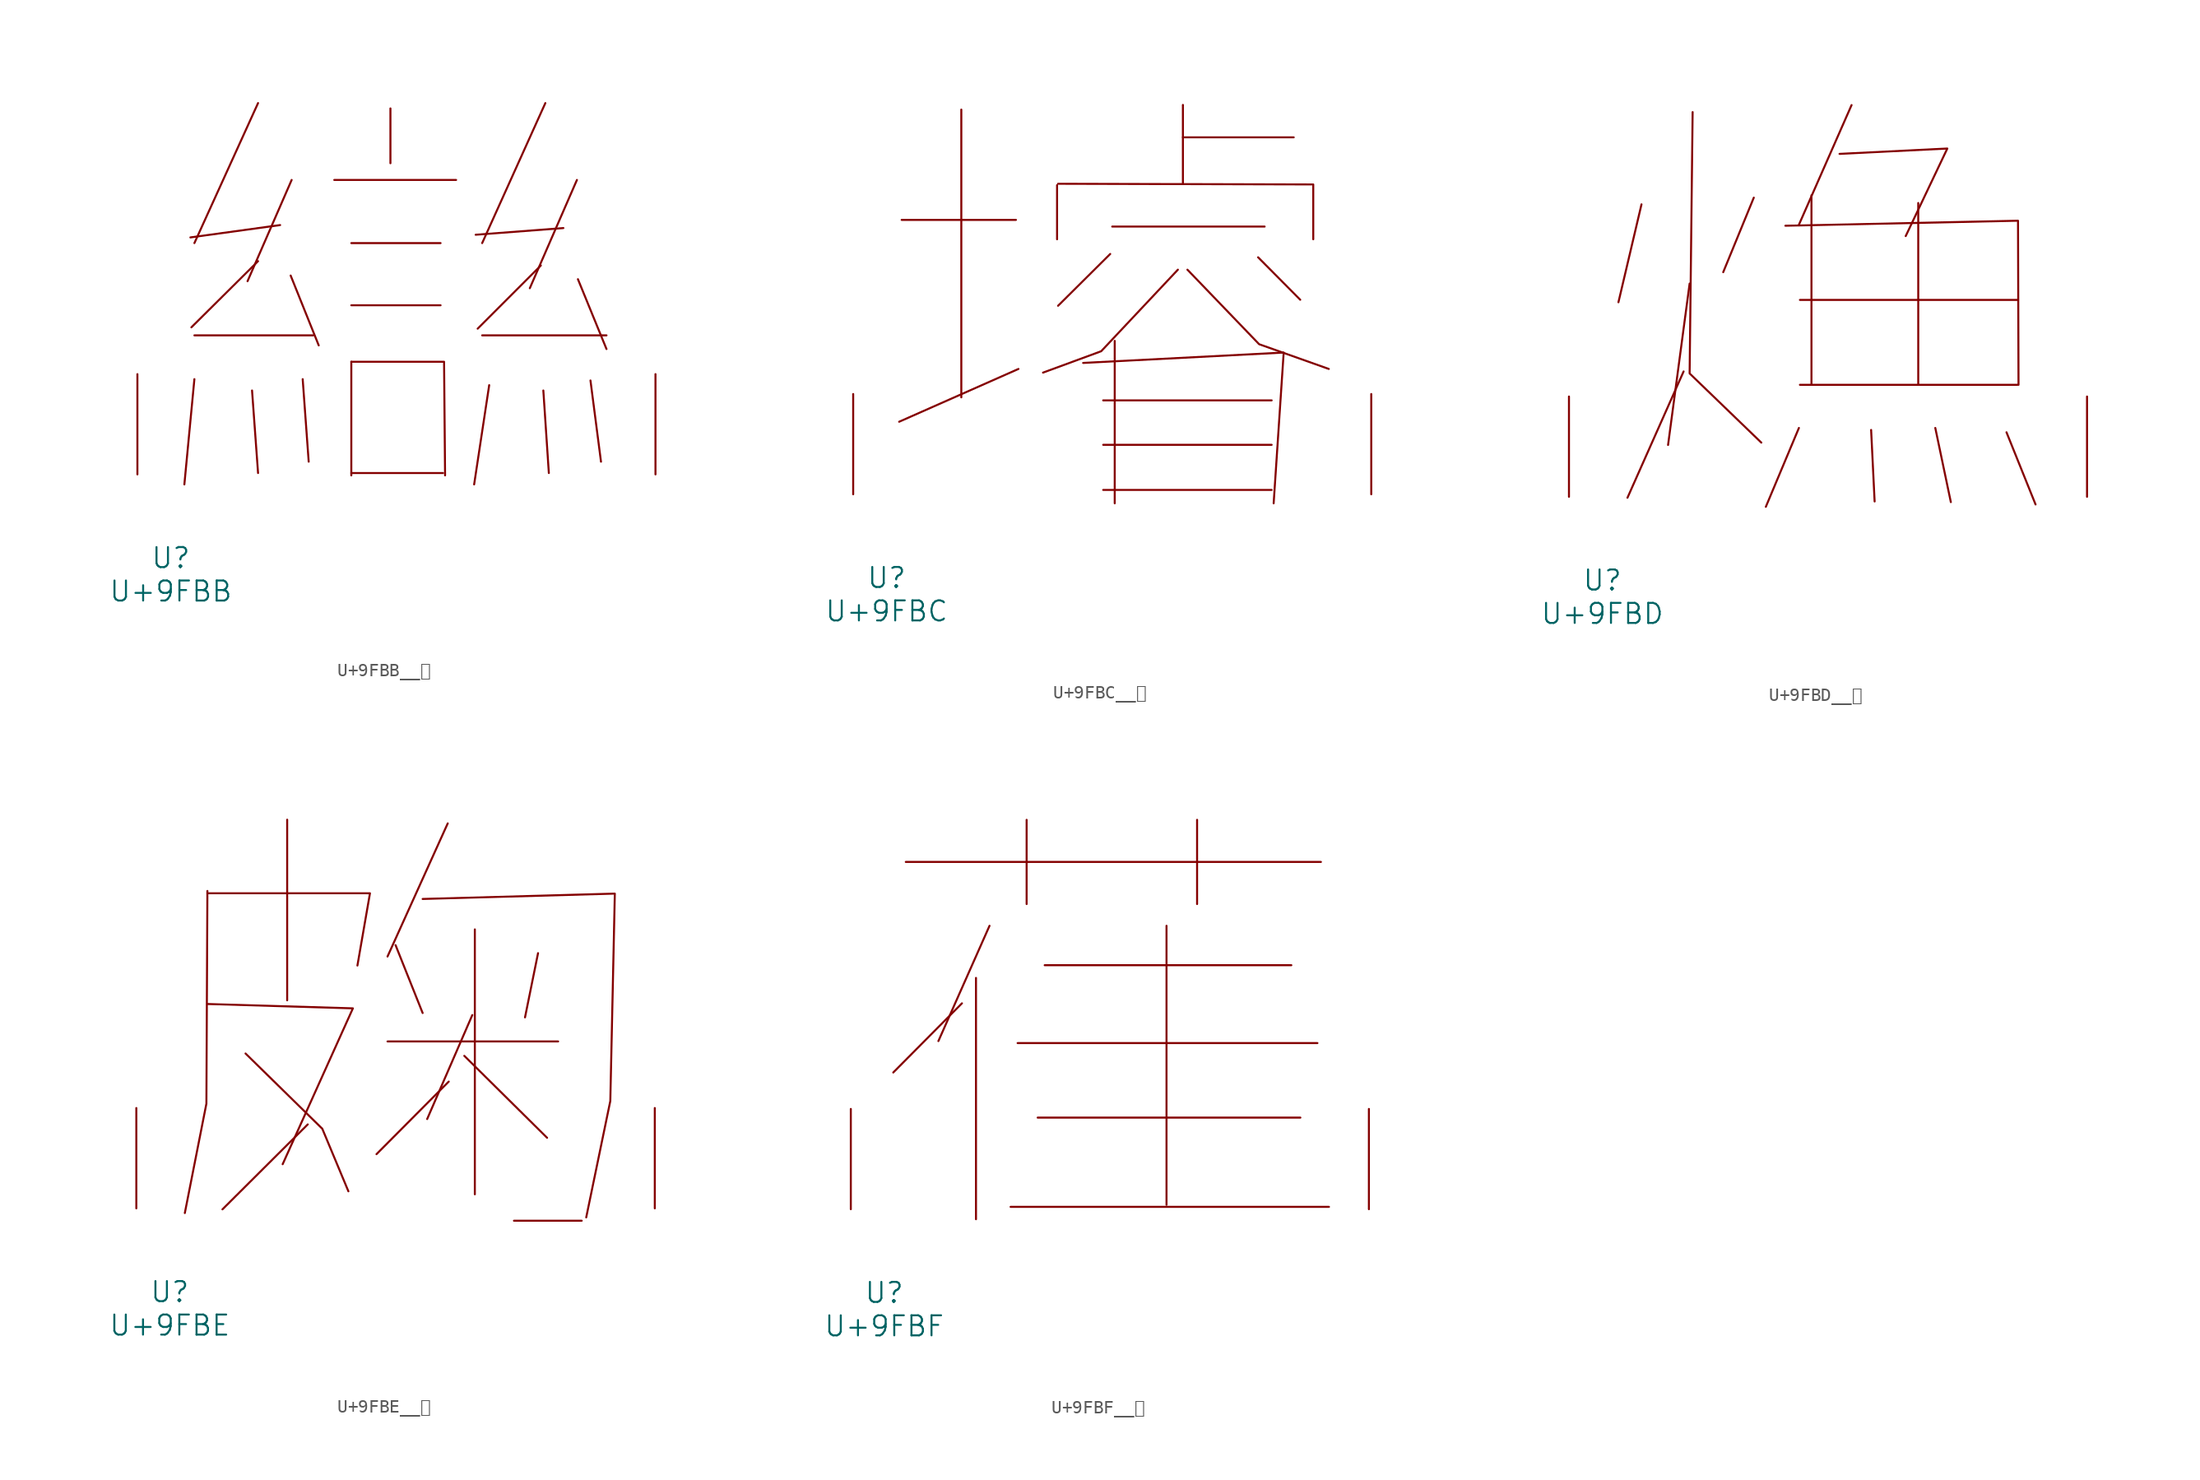
<source format=kicad_sym>
(kicad_symbol_lib
  (version 20231120)
  (generator "kicad_symbol_editor")
  (generator_version "8.0")
  (symbol "U+9FBB__龻"
    (pin_names
      (offset 1.016))
    (property "Reference" "U"
      (at 0 -6.35 0)
      (effects (font (size 1.524 1.524))))
    (property "Value" "U+9FBB"
      (at 0 -8.89 0)
      (effects (font (size 1.524 1.524))))
    (symbol "U+9FBB__龻_0_1"
      (polyline (pts (xy 1.791 7.239) (xy 1.029 -0.762)) (stroke (width 0) (type solid)) (fill (type none)))
      (polyline (pts (xy 1.791 10.566) (xy 10.82 10.566)) (stroke (width 0) (type solid)) (fill (type none)))
      (polyline (pts (xy 6.172 6.375) (xy 6.629 0.102)) (stroke (width 0) (type solid)) (fill (type none)))
      (polyline (pts (xy 6.629 16.205) (xy 1.562 11.176)) (stroke (width 0) (type solid)) (fill (type none)))
      (polyline (pts (xy 6.629 28.219) (xy 1.791 17.577)) (stroke (width 0) (type solid)) (fill (type none)))
      (polyline (pts (xy 8.306 18.948) (xy 1.486 18.009)) (stroke (width 0) (type solid)) (fill (type none)))
      (polyline (pts (xy 9.106 15.113) (xy 11.239 9.804)) (stroke (width 0) (type solid)) (fill (type none)))
      (polyline (pts (xy 9.182 22.377) (xy 5.829 14.681)) (stroke (width 0) (type solid)) (fill (type none)))
      (polyline (pts (xy 10.02 7.239) (xy 10.477 0.965)) (stroke (width 0) (type solid)) (fill (type none)))
      (polyline (pts (xy 12.421 22.377) (xy 21.679 22.377)) (stroke (width 0) (type solid)) (fill (type none)))
      (polyline (pts (xy 13.716 0.102) (xy 20.688 0.102)) (stroke (width 0) (type solid)) (fill (type none)))
      (polyline (pts (xy 13.716 8.56) (xy 13.716 -0.076)) (stroke (width 0) (type solid)) (fill (type none)))
      (polyline (pts (xy 13.716 12.852) (xy 20.498 12.852)) (stroke (width 0) (type solid)) (fill (type none)))
      (polyline (pts (xy 13.716 17.577) (xy 20.498 17.577)) (stroke (width 0) (type solid)) (fill (type none)))
      (polyline (pts (xy 16.688 27.813) (xy 16.688 23.647)) (stroke (width 0) (type solid)) (fill (type none)))
      (polyline (pts (xy 23.66 10.566) (xy 33.109 10.566)) (stroke (width 0) (type solid)) (fill (type none)))
      (polyline (pts (xy 24.194 6.782) (xy 23.05 -0.762)) (stroke (width 0) (type solid)) (fill (type none)))
      (polyline (pts (xy 28.118 15.875) (xy 23.317 11.074)) (stroke (width 0) (type solid)) (fill (type none)))
      (polyline (pts (xy 28.308 6.375) (xy 28.727 0.102)) (stroke (width 0) (type solid)) (fill (type none)))
      (polyline (pts (xy 28.461 28.219) (xy 23.66 17.577)) (stroke (width 0) (type solid)) (fill (type none)))
      (polyline (pts (xy 29.832 18.72) (xy 23.165 18.212)) (stroke (width 0) (type solid)) (fill (type none)))
      (polyline (pts (xy 30.861 22.377) (xy 27.28 14.148)) (stroke (width 0) (type solid)) (fill (type none)))
      (polyline (pts (xy 30.937 14.834) (xy 33.109 9.525)) (stroke (width 0) (type solid)) (fill (type none)))
      (polyline (pts (xy 31.89 7.137) (xy 32.69 0.965)) (stroke (width 0) (type solid)) (fill (type none)))
      (polyline (pts (xy 13.716 8.56) (xy 20.765 8.56) (xy 20.841 -0.076)) (stroke (width 0) (type solid)) (fill (type none)))
      (pin input line (at -2.54 0 90) (length 7.62) (name "~" (effects (font (size 1.27 1.27)))) (number "~" (effects (font (size 1.27 1.27)))))
      (pin input line (at 36.83 0 90) (length 7.62) (name "~" (effects (font (size 1.27 1.27)))) (number "~" (effects (font (size 1.27 1.27)))))))
  (symbol "U+9FBC__龼"
    (pin_names
      (offset 1.016))
    (property "Reference" "U"
      (at 0 -6.35 0)
      (effects (font (size 1.524 1.524))))
    (property "Value" "U+9FBC"
      (at 0 -8.89 0)
      (effects (font (size 1.524 1.524))))
    (symbol "U+9FBC__龼_0_1"
      (polyline (pts (xy 1.143 20.853) (xy 9.83 20.853)) (stroke (width 0) (type solid)) (fill (type none)))
      (polyline (pts (xy 5.677 29.235) (xy 5.677 7.366)) (stroke (width 0) (type solid)) (fill (type none)))
      (polyline (pts (xy 10.02 9.525) (xy 0.953 5.512)) (stroke (width 0) (type solid)) (fill (type none)))
      (polyline (pts (xy 12.954 23.495) (xy 12.954 19.38)) (stroke (width 0) (type solid)) (fill (type none)))
      (polyline (pts (xy 16.459 0.33) (xy 29.261 0.33)) (stroke (width 0) (type solid)) (fill (type none)))
      (polyline (pts (xy 16.459 3.759) (xy 29.261 3.759)) (stroke (width 0) (type solid)) (fill (type none)))
      (polyline (pts (xy 16.459 7.137) (xy 29.261 7.137)) (stroke (width 0) (type solid)) (fill (type none)))
      (polyline (pts (xy 16.993 18.263) (xy 13.03 14.326)) (stroke (width 0) (type solid)) (fill (type none)))
      (polyline (pts (xy 17.145 20.345) (xy 28.727 20.345)) (stroke (width 0) (type solid)) (fill (type none)))
      (polyline (pts (xy 17.335 11.659) (xy 17.335 -0.686)) (stroke (width 0) (type solid)) (fill (type none)))
      (polyline (pts (xy 22.517 27.127) (xy 30.937 27.127)) (stroke (width 0) (type solid)) (fill (type none)))
      (polyline (pts (xy 22.517 29.591) (xy 22.517 23.647)) (stroke (width 0) (type solid)) (fill (type none)))
      (polyline (pts (xy 28.232 18.009) (xy 31.433 14.783)) (stroke (width 0) (type solid)) (fill (type none)))
      (polyline (pts (xy 13.03 23.597) (xy 32.423 23.546) (xy 32.423 19.38)) (stroke (width 0) (type solid)) (fill (type none)))
      (polyline (pts (xy 14.935 9.982) (xy 30.175 10.77) (xy 29.413 -0.686)) (stroke (width 0) (type solid)) (fill (type none)))
      (polyline (pts (xy 22.136 17.069) (xy 16.307 10.871) (xy 11.887 9.246)) (stroke (width 0) (type solid)) (fill (type none)))
      (polyline (pts (xy 22.86 17.069) (xy 28.308 11.405) (xy 33.604 9.525)) (stroke (width 0) (type solid)) (fill (type none)))
      (pin input line (at -2.54 0 90) (length 7.62) (name "~" (effects (font (size 1.27 1.27)))) (number "~" (effects (font (size 1.27 1.27)))))
      (pin input line (at 36.83 0 90) (length 7.62) (name "~" (effects (font (size 1.27 1.27)))) (number "~" (effects (font (size 1.27 1.27)))))))
  (symbol "U+9FBD__龽"
    (pin_names
      (offset 1.016))
    (property "Reference" "U"
      (at 0 -6.35 0)
      (effects (font (size 1.524 1.524))))
    (property "Value" "U+9FBD"
      (at 0 -8.89 0)
      (effects (font (size 1.524 1.524))))
    (symbol "U+9FBD__龽_0_1"
      (polyline (pts (xy 2.972 22.225) (xy 1.219 14.783)) (stroke (width 0) (type solid)) (fill (type none)))
      (polyline (pts (xy 6.172 9.525) (xy 1.905 -0.076)) (stroke (width 0) (type solid)) (fill (type none)))
      (polyline (pts (xy 6.629 16.205) (xy 4.991 3.937)) (stroke (width 0) (type solid)) (fill (type none)))
      (polyline (pts (xy 11.506 22.733) (xy 9.182 17.069)) (stroke (width 0) (type solid)) (fill (type none)))
      (polyline (pts (xy 14.935 5.232) (xy 12.421 -0.762)) (stroke (width 0) (type solid)) (fill (type none)))
      (polyline (pts (xy 15.011 8.509) (xy 31.547 8.509)) (stroke (width 0) (type solid)) (fill (type none)))
      (polyline (pts (xy 15.011 14.961) (xy 31.547 14.961)) (stroke (width 0) (type solid)) (fill (type none)))
      (polyline (pts (xy 15.888 22.911) (xy 15.888 8.509)) (stroke (width 0) (type solid)) (fill (type none)))
      (polyline (pts (xy 18.936 29.769) (xy 14.935 20.676)) (stroke (width 0) (type solid)) (fill (type none)))
      (polyline (pts (xy 20.422 5.08) (xy 20.688 -0.356)) (stroke (width 0) (type solid)) (fill (type none)))
      (polyline (pts (xy 24.003 22.327) (xy 24.003 8.509)) (stroke (width 0) (type solid)) (fill (type none)))
      (polyline (pts (xy 25.298 5.232) (xy 26.48 -0.406)) (stroke (width 0) (type solid)) (fill (type none)))
      (polyline (pts (xy 30.709 4.902) (xy 32.918 -0.584)) (stroke (width 0) (type solid)) (fill (type none)))
      (polyline (pts (xy 6.858 29.235) (xy 6.629 9.373) (xy 12.078 4.115)) (stroke (width 0) (type solid)) (fill (type none)))
      (polyline (pts (xy 13.906 20.599) (xy 31.585 20.98) (xy 31.623 8.509)) (stroke (width 0) (type solid)) (fill (type none)))
      (polyline (pts (xy 18.021 26.06) (xy 26.213 26.467) (xy 23.05 19.812)) (stroke (width 0) (type solid)) (fill (type none)))
      (pin input line (at -2.54 0 90) (length 7.62) (name "~" (effects (font (size 1.27 1.27)))) (number "~" (effects (font (size 1.27 1.27)))))
      (pin input line (at 36.83 0 90) (length 7.62) (name "~" (effects (font (size 1.27 1.27)))) (number "~" (effects (font (size 1.27 1.27)))))))
  (symbol "U+9FBE__龾"
    (pin_names
      (offset 1.016))
    (property "Reference" "U"
      (at 0 -6.35 0)
      (effects (font (size 1.524 1.524))))
    (property "Value" "U+9FBE"
      (at 0 -8.89 0)
      (effects (font (size 1.524 1.524))))
    (symbol "U+9FBE__龾_0_1"
      (polyline (pts (xy 8.915 29.515) (xy 8.915 15.799)) (stroke (width 0) (type solid)) (fill (type none)))
      (polyline (pts (xy 10.477 6.375) (xy 4 -0.076)) (stroke (width 0) (type solid)) (fill (type none)))
      (polyline (pts (xy 16.535 12.675) (xy 29.489 12.675)) (stroke (width 0) (type solid)) (fill (type none)))
      (polyline (pts (xy 17.145 19.99) (xy 19.202 14.834)) (stroke (width 0) (type solid)) (fill (type none)))
      (polyline (pts (xy 21.107 29.235) (xy 16.535 19.126)) (stroke (width 0) (type solid)) (fill (type none)))
      (polyline (pts (xy 21.184 9.627) (xy 15.697 4.115)) (stroke (width 0) (type solid)) (fill (type none)))
      (polyline (pts (xy 22.365 11.582) (xy 28.651 5.359)) (stroke (width 0) (type solid)) (fill (type none)))
      (polyline (pts (xy 22.974 14.681) (xy 19.545 6.782)) (stroke (width 0) (type solid)) (fill (type none)))
      (polyline (pts (xy 23.165 21.184) (xy 23.165 1.067)) (stroke (width 0) (type solid)) (fill (type none)))
      (polyline (pts (xy 26.137 -0.94) (xy 31.28 -0.94)) (stroke (width 0) (type solid)) (fill (type none)))
      (polyline (pts (xy 27.965 19.38) (xy 26.975 14.503)) (stroke (width 0) (type solid)) (fill (type none)))
      (polyline (pts (xy 2.857 15.519) (xy 13.906 15.189) (xy 8.572 3.353)) (stroke (width 0) (type solid)) (fill (type none)))
      (polyline (pts (xy 2.857 23.927) (xy 15.202 23.927) (xy 14.249 18.44)) (stroke (width 0) (type solid)) (fill (type none)))
      (polyline (pts (xy 2.857 24.105) (xy 2.781 7.95) (xy 1.143 -0.356)) (stroke (width 0) (type solid)) (fill (type none)))
      (polyline (pts (xy 5.753 11.76) (xy 11.582 6.045) (xy 13.564 1.295)) (stroke (width 0) (type solid)) (fill (type none)))
      (polyline (pts (xy 19.202 23.495) (xy 33.795 23.901) (xy 33.452 8.153) (xy 31.623 -0.686)) (stroke (width 0) (type solid)) (fill (type none)))
      (pin input line (at -2.54 0 90) (length 7.62) (name "~" (effects (font (size 1.27 1.27)))) (number "~" (effects (font (size 1.27 1.27)))))
      (pin input line (at 36.83 0 90) (length 7.62) (name "~" (effects (font (size 1.27 1.27)))) (number "~" (effects (font (size 1.27 1.27)))))))
  (symbol "U+9FBF__龿"
    (pin_names
      (offset 1.016))
    (property "Reference" "U"
      (at 0 -6.35 0)
      (effects (font (size 1.524 1.524))))
    (property "Value" "U+9FBF"
      (at 0 -8.89 0)
      (effects (font (size 1.524 1.524))))
    (symbol "U+9FBF__龿_0_1"
      (polyline (pts (xy 1.638 26.391) (xy 33.185 26.391)) (stroke (width 0) (type solid)) (fill (type none)))
      (polyline (pts (xy 5.905 15.646) (xy 0.686 10.389)) (stroke (width 0) (type solid)) (fill (type none)))
      (polyline (pts (xy 6.972 17.577) (xy 6.972 -0.762)) (stroke (width 0) (type solid)) (fill (type none)))
      (polyline (pts (xy 8.001 21.539) (xy 4.115 12.776)) (stroke (width 0) (type solid)) (fill (type none)))
      (polyline (pts (xy 9.601 0.178) (xy 33.795 0.178)) (stroke (width 0) (type solid)) (fill (type none)))
      (polyline (pts (xy 10.135 12.624) (xy 32.918 12.624)) (stroke (width 0) (type solid)) (fill (type none)))
      (polyline (pts (xy 10.82 29.591) (xy 10.82 23.19)) (stroke (width 0) (type solid)) (fill (type none)))
      (polyline (pts (xy 11.659 6.96) (xy 31.623 6.96)) (stroke (width 0) (type solid)) (fill (type none)))
      (polyline (pts (xy 12.192 18.542) (xy 30.937 18.542)) (stroke (width 0) (type solid)) (fill (type none)))
      (polyline (pts (xy 21.45 21.539) (xy 21.45 0.33)) (stroke (width 0) (type solid)) (fill (type none)))
      (polyline (pts (xy 23.774 29.591) (xy 23.774 23.19)) (stroke (width 0) (type solid)) (fill (type none)))
      (pin input line (at -2.54 0 90) (length 7.62) (name "~" (effects (font (size 1.27 1.27)))) (number "~" (effects (font (size 1.27 1.27)))))
      (pin input line (at 36.83 0 90) (length 7.62) (name "~" (effects (font (size 1.27 1.27)))) (number "~" (effects (font (size 1.27 1.27))))))))
</source>
